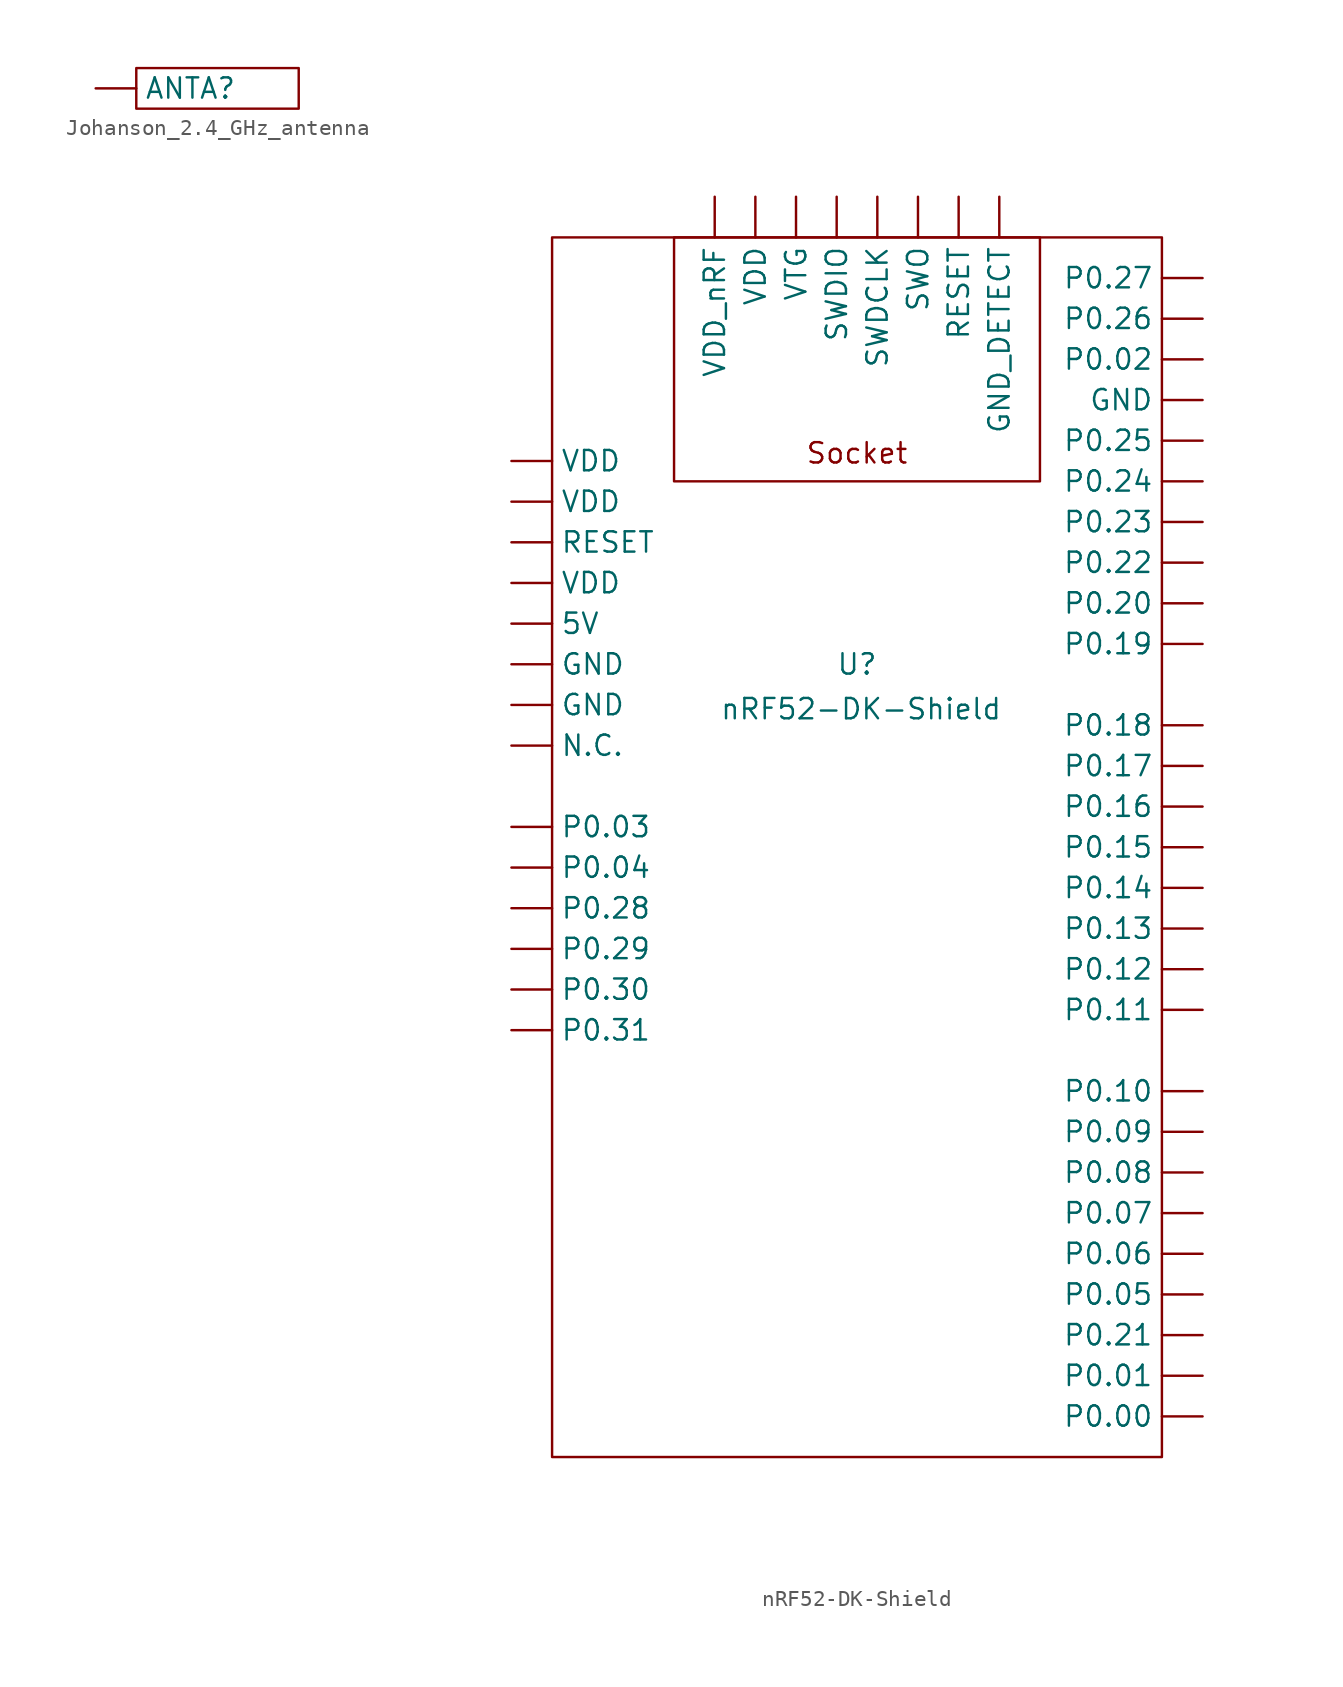
<source format=kicad_sym>
(kicad_symbol_lib
  (version 20231120)
  (generator "kicad_symbol_editor")
  (generator_version "8.0")
  (symbol "Johanson_2.4_GHz_antenna"
    (pin_numbers hide)
    (property "Reference" "A"
      (at 0 0 0)
      (effects (font (size 1.27 1.27))))
    (property "Value" ""
      (at 0 0 0)
      (effects (font (size 1.27 1.27))))
    (symbol "Johanson_2.4_GHz_antenna_0_1"
      (rectangle (start -5.08 1.27) (end 5.08 -1.27) (stroke (width 0) (type default)) (fill (type none))))
    (symbol "Johanson_2.4_GHz_antenna_1_1"
      (pin bidirectional line (at -7.62 0 0) (length 2.54) (name "ANT" (effects (font (size 1.27 1.27)))) (number "1" (effects (font (size 1.27 1.27)))))
      (pin bidirectional line (at 7.62 0 180) (length 2.54) hide (name "NA" (effects (font (size 1.27 1.27)))) (number "2" (effects (font (size 1.27 1.27)))))))
  (symbol "nRF52-DK-Shield"
    (pin_numbers hide)
    (property "Reference" "U"
      (at 0 1.27 0)
      (effects (font (size 1.27 1.27))))
    (property "Value" "nRF52-DK-Shield"
      (at 0.254 -1.524 0)
      (effects (font (size 1.27 1.27))))
    (symbol "nRF52-DK-Shield_0_1"
      (rectangle (start -19.05 27.94) (end 19.05 -48.26) (stroke (width 0) (type default)) (fill (type none))))
    (symbol "nRF52-DK-Shield_1_1"
      (text_box "Socket" (at -11.43 27.94 0) (size 22.86 -15.24) (stroke (width 0) (type default)) (fill (type none)) (effects (font (size 1.27 1.27)) (justify bottom)))
      (pin input line (at -21.59 3.81 0) (length 2.54) (name "5V" (effects (font (size 1.27 1.27)))) (number "5V" (effects (font (size 1.27 1.27)))))
      (pin input line (at -21.59 1.27 0) (length 2.54) (name "GND" (effects (font (size 1.27 1.27)))) (number "GND_1" (effects (font (size 1.27 1.27)))))
      (pin input line (at -21.59 -1.27 0) (length 2.54) (name "GND" (effects (font (size 1.27 1.27)))) (number "GND_2" (effects (font (size 1.27 1.27)))))
      (pin input line (at 21.59 17.78 180) (length 2.54) (name "GND" (effects (font (size 1.27 1.27)))) (number "GND_3" (effects (font (size 1.27 1.27)))))
      (pin input line (at 8.89 30.48 270) (length 2.54) (name "GND_DETECT" (effects (font (size 1.27 1.27)))) (number "GND_DETECT" (effects (font (size 1.27 1.27)))))
      (pin input line (at -21.59 -3.81 0) (length 2.54) (name "N.C." (effects (font (size 1.27 1.27)))) (number "N.C." (effects (font (size 1.27 1.27)))))
      (pin input line (at 21.59 -45.72 180) (length 2.54) (name "P0.00" (effects (font (size 1.27 1.27)))) (number "P0.00" (effects (font (size 1.27 1.27)))))
      (pin input line (at 21.59 -43.18 180) (length 2.54) (name "P0.01" (effects (font (size 1.27 1.27)))) (number "P0.01" (effects (font (size 1.27 1.27)))))
      (pin input line (at 21.59 20.32 180) (length 2.54) (name "P0.02" (effects (font (size 1.27 1.27)))) (number "P0.02" (effects (font (size 1.27 1.27)))))
      (pin input line (at -21.59 -8.89 0) (length 2.54) (name "P0.03" (effects (font (size 1.27 1.27)))) (number "P0.03" (effects (font (size 1.27 1.27)))))
      (pin input line (at -21.59 -11.43 0) (length 2.54) (name "P0.04" (effects (font (size 1.27 1.27)))) (number "P0.04" (effects (font (size 1.27 1.27)))))
      (pin input line (at 21.59 -38.1 180) (length 2.54) (name "P0.05" (effects (font (size 1.27 1.27)))) (number "P0.05" (effects (font (size 1.27 1.27)))))
      (pin input line (at 21.59 -35.56 180) (length 2.54) (name "P0.06" (effects (font (size 1.27 1.27)))) (number "P0.06" (effects (font (size 1.27 1.27)))))
      (pin input line (at 21.59 -33.02 180) (length 2.54) (name "P0.07" (effects (font (size 1.27 1.27)))) (number "P0.07" (effects (font (size 1.27 1.27)))))
      (pin input line (at 21.59 -30.48 180) (length 2.54) (name "P0.08" (effects (font (size 1.27 1.27)))) (number "P0.08" (effects (font (size 1.27 1.27)))))
      (pin input line (at 21.59 -27.94 180) (length 2.54) (name "P0.09" (effects (font (size 1.27 1.27)))) (number "P0.09" (effects (font (size 1.27 1.27)))))
      (pin input line (at 21.59 -25.4 180) (length 2.54) (name "P0.10" (effects (font (size 1.27 1.27)))) (number "P0.10" (effects (font (size 1.27 1.27)))))
      (pin input line (at 21.59 -20.32 180) (length 2.54) (name "P0.11" (effects (font (size 1.27 1.27)))) (number "P0.11" (effects (font (size 1.27 1.27)))))
      (pin input line (at 21.59 -17.78 180) (length 2.54) (name "P0.12" (effects (font (size 1.27 1.27)))) (number "P0.12" (effects (font (size 1.27 1.27)))))
      (pin input line (at 21.59 -15.24 180) (length 2.54) (name "P0.13" (effects (font (size 1.27 1.27)))) (number "P0.13" (effects (font (size 1.27 1.27)))))
      (pin input line (at 21.59 -12.7 180) (length 2.54) (name "P0.14" (effects (font (size 1.27 1.27)))) (number "P0.14" (effects (font (size 1.27 1.27)))))
      (pin input line (at 21.59 -10.16 180) (length 2.54) (name "P0.15" (effects (font (size 1.27 1.27)))) (number "P0.15" (effects (font (size 1.27 1.27)))))
      (pin input line (at 21.59 -7.62 180) (length 2.54) (name "P0.16" (effects (font (size 1.27 1.27)))) (number "P0.16" (effects (font (size 1.27 1.27)))))
      (pin input line (at 21.59 -5.08 180) (length 2.54) (name "P0.17" (effects (font (size 1.27 1.27)))) (number "P0.17" (effects (font (size 1.27 1.27)))))
      (pin input line (at 21.59 -2.54 180) (length 2.54) (name "P0.18" (effects (font (size 1.27 1.27)))) (number "P0.18" (effects (font (size 1.27 1.27)))))
      (pin input line (at 21.59 2.54 180) (length 2.54) (name "P0.19" (effects (font (size 1.27 1.27)))) (number "P0.19" (effects (font (size 1.27 1.27)))))
      (pin input line (at 21.59 5.08 180) (length 2.54) (name "P0.20" (effects (font (size 1.27 1.27)))) (number "P0.20" (effects (font (size 1.27 1.27)))))
      (pin input line (at 21.59 -40.64 180) (length 2.54) (name "P0.21" (effects (font (size 1.27 1.27)))) (number "P0.21" (effects (font (size 1.27 1.27)))))
      (pin input line (at 21.59 7.62 180) (length 2.54) (name "P0.22" (effects (font (size 1.27 1.27)))) (number "P0.22" (effects (font (size 1.27 1.27)))))
      (pin input line (at 21.59 10.16 180) (length 2.54) (name "P0.23" (effects (font (size 1.27 1.27)))) (number "P0.23" (effects (font (size 1.27 1.27)))))
      (pin input line (at 21.59 12.7 180) (length 2.54) (name "P0.24" (effects (font (size 1.27 1.27)))) (number "P0.24" (effects (font (size 1.27 1.27)))))
      (pin input line (at 21.59 15.24 180) (length 2.54) (name "P0.25" (effects (font (size 1.27 1.27)))) (number "P0.25" (effects (font (size 1.27 1.27)))))
      (pin input line (at 21.59 22.86 180) (length 2.54) (name "P0.26" (effects (font (size 1.27 1.27)))) (number "P0.26" (effects (font (size 1.27 1.27)))))
      (pin input line (at 21.59 25.4 180) (length 2.54) (name "P0.27" (effects (font (size 1.27 1.27)))) (number "P0.27" (effects (font (size 1.27 1.27)))))
      (pin input line (at -21.59 -13.97 0) (length 2.54) (name "P0.28" (effects (font (size 1.27 1.27)))) (number "P0.28" (effects (font (size 1.27 1.27)))))
      (pin input line (at -21.59 -16.51 0) (length 2.54) (name "P0.29" (effects (font (size 1.27 1.27)))) (number "P0.29" (effects (font (size 1.27 1.27)))))
      (pin input line (at -21.59 -19.05 0) (length 2.54) (name "P0.30" (effects (font (size 1.27 1.27)))) (number "P0.30" (effects (font (size 1.27 1.27)))))
      (pin input line (at -21.59 -21.59 0) (length 2.54) (name "P0.31" (effects (font (size 1.27 1.27)))) (number "P0.31" (effects (font (size 1.27 1.27)))))
      (pin input line (at -21.59 8.89 0) (length 2.54) (name "RESET" (effects (font (size 1.27 1.27)))) (number "RESET_1" (effects (font (size 1.27 1.27)))))
      (pin input line (at 6.35 30.48 270) (length 2.54) (name "RESET" (effects (font (size 1.27 1.27)))) (number "RESET_2" (effects (font (size 1.27 1.27)))))
      (pin input line (at 1.27 30.48 270) (length 2.54) (name "SWDCLK" (effects (font (size 1.27 1.27)))) (number "SWDCLK" (effects (font (size 1.27 1.27)))))
      (pin input line (at -1.27 30.48 270) (length 2.54) (name "SWDIO" (effects (font (size 1.27 1.27)))) (number "SWDIO" (effects (font (size 1.27 1.27)))))
      (pin input line (at 3.81 30.48 270) (length 2.54) (name "SWO" (effects (font (size 1.27 1.27)))) (number "SWO" (effects (font (size 1.27 1.27)))))
      (pin input line (at -21.59 13.97 0) (length 2.54) (name "VDD" (effects (font (size 1.27 1.27)))) (number "VDD_1" (effects (font (size 1.27 1.27)))))
      (pin input line (at -21.59 11.43 0) (length 2.54) (name "VDD" (effects (font (size 1.27 1.27)))) (number "VDD_2" (effects (font (size 1.27 1.27)))))
      (pin input line (at -21.59 6.35 0) (length 2.54) (name "VDD" (effects (font (size 1.27 1.27)))) (number "VDD_3" (effects (font (size 1.27 1.27)))))
      (pin input line (at -6.35 30.48 270) (length 2.54) (name "VDD" (effects (font (size 1.27 1.27)))) (number "VDD_4" (effects (font (size 1.27 1.27)))))
      (pin input line (at -8.89 30.48 270) (length 2.54) (name "VDD_nRF" (effects (font (size 1.27 1.27)))) (number "VDD_nRF" (effects (font (size 1.27 1.27)))))
      (pin input line (at -3.81 30.48 270) (length 2.54) (name "VTG" (effects (font (size 1.27 1.27)))) (number "VTG" (effects (font (size 1.27 1.27))))))))
</source>
